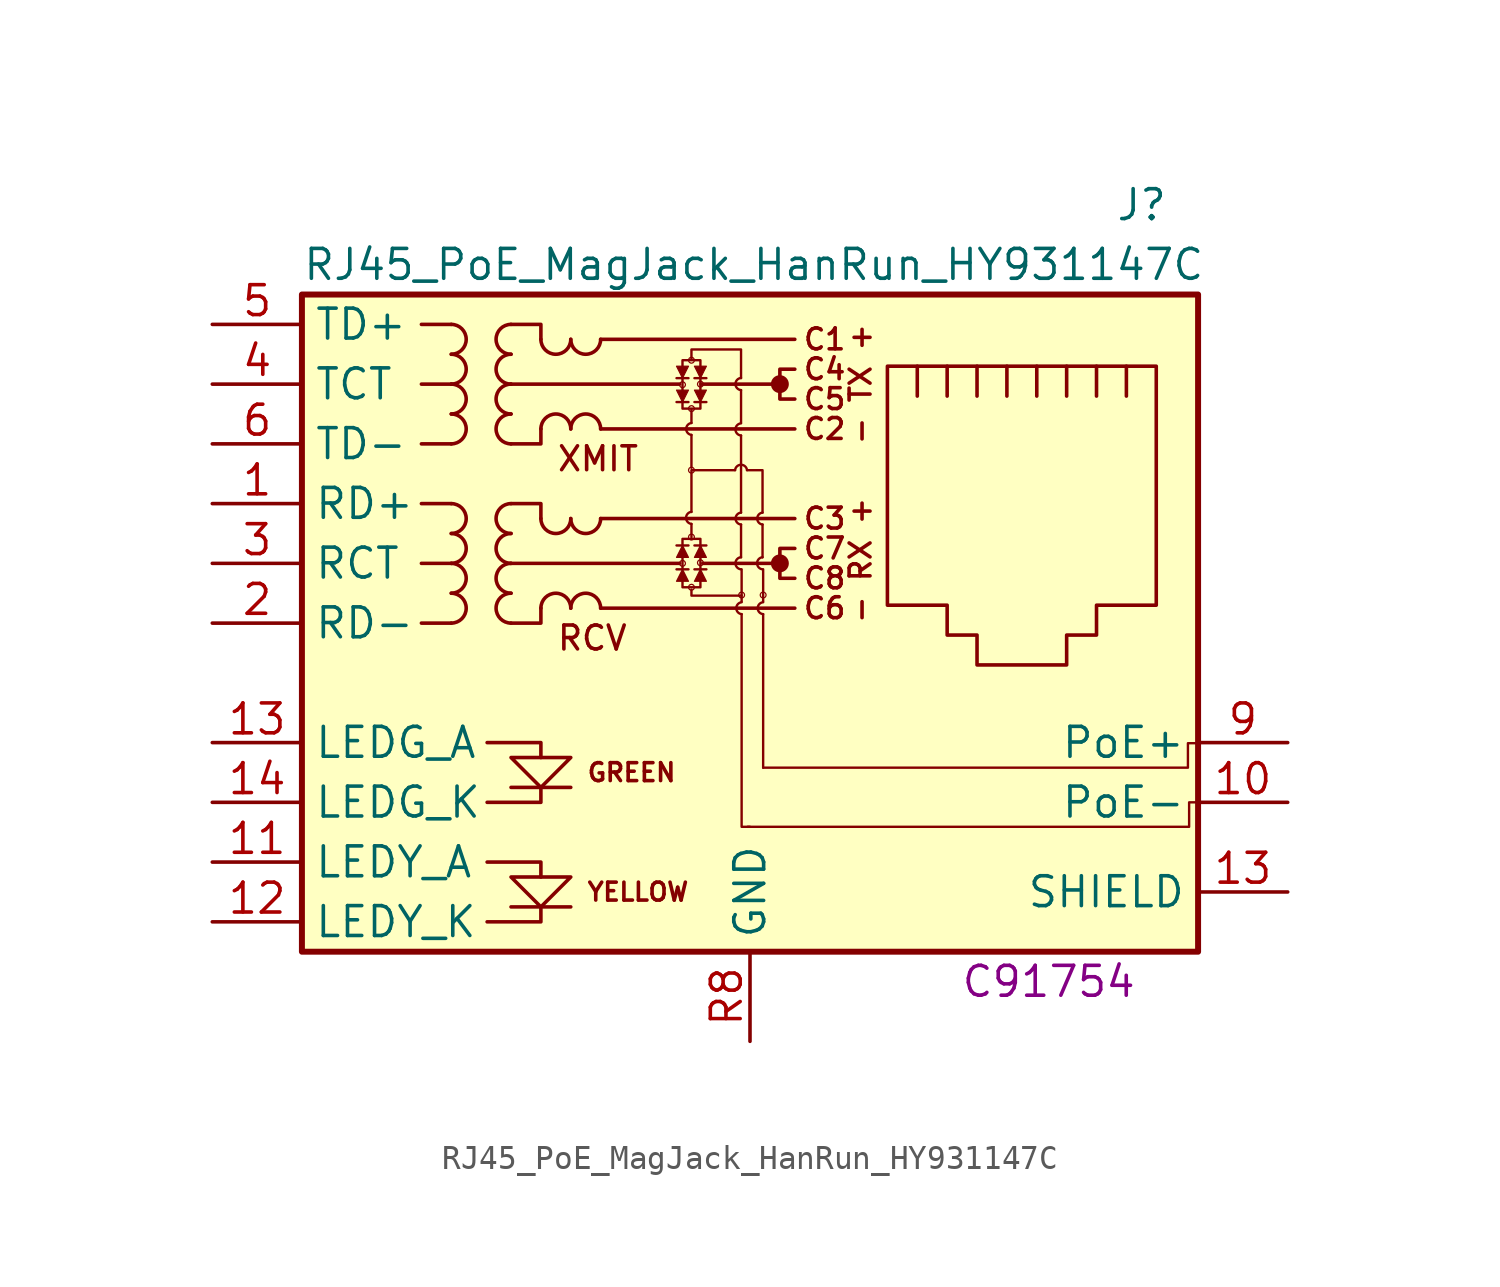
<source format=kicad_sym>
(kicad_symbol_lib
  (version 20211014)
  (generator kicad_symbol_editor)
  (symbol "RJ45_PoE_MagJack_HanRun_HY931147C"
    (property "Reference" "J"
      (at 17.78 17.78 0)
      (effects (font (size 1.27 1.27)) (justify right)))
    (property "Value" "RJ45_PoE_MagJack_HanRun_HY931147C"
      (at -19.05 15.24 0)
      (effects (font (size 1.27 1.27)) (justify left)))
    (property "lcsc" "C91754"
      (at 12.7 -15.24 0)
      (effects (font (size 1.27 1.27))))
    (symbol "RJ45_PoE_MagJack_HanRun_HY931147C_0_0"
      (arc (start -2.4892 4.7244) (mid -2.7191 4.4704) (end -2.4892 4.2164) (stroke (width 0.1016) (type default) (color 0 0 0 0)) (fill (type none)))
      (arc (start -2.4892 8.509) (mid -2.7191 8.255) (end -2.4892 8.001) (stroke (width 0.1016) (type default) (color 0 0 0 0)) (fill (type none)))
      (arc (start -0.381 2.794) (mid -0.6109 2.54) (end -0.381 2.286) (stroke (width 0.1016) (type default) (color 0 0 0 0)) (fill (type none)))
      (arc (start -0.381 4.699) (mid -0.6109 4.445) (end -0.381 4.191) (stroke (width 0.1016) (type default) (color 0 0 0 0)) (fill (type none)))
      (arc (start -0.381 8.4836) (mid -0.6109 8.2296) (end -0.381 7.9756) (stroke (width 0.1016) (type default) (color 0 0 0 0)) (fill (type none)))
      (arc (start -0.381 10.414) (mid -0.6109 10.16) (end -0.381 9.906) (stroke (width 0.1016) (type default) (color 0 0 0 0)) (fill (type none)))
      (arc (start -0.3556 0.889) (mid -0.5855 0.635) (end -0.3556 0.381) (stroke (width 0.1016) (type default) (color 0 0 0 0)) (fill (type none)))
      (arc (start -0.127 6.5024) (mid -0.381 6.7323) (end -0.635 6.5024) (stroke (width 0.1016) (type default) (color 0 0 0 0)) (fill (type none)))
      (polyline (pts (xy -7.62 -12.065) (xy -10.16 -12.065)) (stroke (width 0) (type default) (color 0 0 0 0)) (fill (type none)))
      (polyline (pts (xy -7.62 -6.985) (xy -10.16 -6.985)) (stroke (width 0) (type default) (color 0 0 0 0)) (fill (type none)))
      (polyline (pts (xy -2.489 4.216) (xy -2.489 3.658)) (stroke (width 0.102) (type default) (color 0 0 0 0)) (fill (type none)))
      (polyline (pts (xy -2.489 8.001) (xy -2.489 6.604)) (stroke (width 0.102) (type default) (color 0 0 0 0)) (fill (type none)))
      (polyline (pts (xy -0.381 4.191) (xy -0.381 2.794)) (stroke (width 0.102) (type default) (color 0 0 0 0)) (fill (type none)))
      (polyline (pts (xy -0.381 7.976) (xy -0.381 4.699)) (stroke (width 0.102) (type default) (color 0 0 0 0)) (fill (type none)))
      (polyline (pts (xy -0.381 9.906) (xy -0.381 8.509)) (stroke (width 0.102) (type default) (color 0 0 0 0)) (fill (type none)))
      (polyline (pts (xy -0.356 2.286) (xy -0.356 0.914)) (stroke (width 0.102) (type default) (color 0 0 0 0)) (fill (type none)))
      (polyline (pts (xy 0.533 4.191) (xy 0.533 2.794)) (stroke (width 0.102) (type default) (color 0 0 0 0)) (fill (type none)))
      (polyline (pts (xy 0.559 0.381) (xy 0.559 -6.147)) (stroke (width 0.102) (type default) (color 0 0 0 0)) (fill (type none)))
      (polyline (pts (xy 0.559 2.286) (xy 0.559 0.914)) (stroke (width 0.102) (type default) (color 0 0 0 0)) (fill (type none)))
      (polyline (pts (xy 1.27 2.54) (xy -2.007 2.54)) (stroke (width 0) (type default) (color 0 0 0 0)) (fill (type none)))
      (polyline (pts (xy 1.27 10.16) (xy -2.083 10.16)) (stroke (width 0) (type default) (color 0 0 0 0)) (fill (type none)))
      (polyline (pts (xy -11.176 -12.7) (xy -8.89 -12.7) (xy -8.89 -12.065)) (stroke (width 0) (type default) (color 0 0 0 0)) (fill (type none)))
      (polyline (pts (xy -11.176 -10.16) (xy -8.89 -10.16) (xy -8.89 -10.795)) (stroke (width 0) (type default) (color 0 0 0 0)) (fill (type none)))
      (polyline (pts (xy -11.176 -5.08) (xy -8.89 -5.08) (xy -8.89 -5.715)) (stroke (width 0) (type default) (color 0 0 0 0)) (fill (type none)))
      (polyline (pts (xy -8.89 -6.985) (xy -8.89 -7.62) (xy -11.176 -7.62)) (stroke (width 0) (type default) (color 0 0 0 0)) (fill (type none)))
      (polyline (pts (xy -2.489 4.724) (xy -2.489 6.452) (xy -2.489 5.258)) (stroke (width 0.102) (type default) (color 0 0 0 0)) (fill (type none)))
      (polyline (pts (xy -2.489 8.509) (xy -2.489 9.068) (xy -2.489 9.042)) (stroke (width 0.102) (type default) (color 0 0 0 0)) (fill (type none)))
      (polyline (pts (xy -0.635 6.502) (xy -2.388 6.502) (xy -2.489 6.502)) (stroke (width 0.102) (type default) (color 0 0 0 0)) (fill (type none)))
      (polyline (pts (xy -0.356 0.381) (xy -0.356 -8.661) (xy 0 -8.661)) (stroke (width 0.102) (type default) (color 0 0 0 0)) (fill (type none)))
      (polyline (pts (xy -0.127 6.502) (xy 0.533 6.502) (xy 0.533 4.699)) (stroke (width 0.102) (type default) (color 0 0 0 0)) (fill (type none)))
      (polyline (pts (xy -10.16 -5.715) (xy -7.62 -5.715) (xy -8.89 -6.985) (xy -10.16 -5.715)) (stroke (width 0) (type default) (color 0 0 0 0)) (fill (type none)))
      (polyline (pts (xy -7.62 -10.795) (xy -10.16 -10.795) (xy -8.89 -12.065) (xy -7.62 -10.795)) (stroke (width 0) (type default) (color 0 0 0 0)) (fill (type none)))
      (polyline (pts (xy -2.489 1.422) (xy -2.489 1.168) (xy -0.381 1.168) (xy -0.356 1.168)) (stroke (width 0.102) (type default) (color 0 0 0 0)) (fill (type none)))
      (polyline (pts (xy -0.381 10.414) (xy -0.381 11.633) (xy -2.489 11.633) (xy -2.489 11.201)) (stroke (width 0.102) (type default) (color 0 0 0 0)) (fill (type none)))
      (polyline (pts (xy 1.905 3.175) (xy 1.27 3.175) (xy 1.27 1.905) (xy 1.905 1.905)) (stroke (width 0) (type default) (color 0 0 0 0)) (fill (type none)))
      (polyline (pts (xy 1.905 10.795) (xy 1.27 10.795) (xy 1.27 9.525) (xy 1.905 9.525)) (stroke (width 0) (type default) (color 0 0 0 0)) (fill (type none)))
      (polyline (pts (xy 18.948 -5.105) (xy 18.618 -5.105) (xy 18.618 -5.842) (xy 18.618 -6.147) (xy 8.788 -6.147) (xy 0.559 -6.147)) (stroke (width 0.102) (type default) (color 0 0 0 0)) (fill (type none)))
      (polyline (pts (xy 18.999 -7.62) (xy 18.669 -7.62) (xy 18.669 -8.357) (xy 18.669 -8.661) (xy 8.839 -8.661) (xy -0.102 -8.661)) (stroke (width 0.102) (type default) (color 0 0 0 0)) (fill (type none)))
      (arc (start 0.5334 2.794) (mid 0.3035 2.54) (end 0.5334 2.286) (stroke (width 0.1016) (type default) (color 0 0 0 0)) (fill (type none)))
      (arc (start 0.5334 4.699) (mid 0.3035 4.445) (end 0.5334 4.191) (stroke (width 0.1016) (type default) (color 0 0 0 0)) (fill (type none)))
      (arc (start 0.5588 0.889) (mid 0.3289 0.635) (end 0.5588 0.381) (stroke (width 0.1016) (type default) (color 0 0 0 0)) (fill (type none)))
      (circle (center 1.27 2.54) (radius 0.254) (stroke (width 0.254) (type default) (color 0 0 0 0)) (fill (type outline)))
      (circle (center 1.27 10.16) (radius 0.254) (stroke (width 0.254) (type default) (color 0 0 0 0)) (fill (type outline)))
      (text "- RX +" (at 4.699 2.667 900) (effects (font (size 0.889 0.889))))
      (text "- TX +" (at 4.699 10.16 900) (effects (font (size 0.889 0.889))))
      (text "C1" (at 3.175 12.065 0) (effects (font (size 0.889 0.889))))
      (text "C2" (at 3.175 8.255 0) (effects (font (size 0.889 0.889))))
      (text "C3" (at 3.175 4.445 0) (effects (font (size 0.889 0.889))))
      (text "C4" (at 3.175 10.795 0) (effects (font (size 0.889 0.889))))
      (text "C5" (at 3.175 9.525 0) (effects (font (size 0.889 0.889))))
      (text "C6" (at 3.175 0.635 0) (effects (font (size 0.889 0.889))))
      (text "C7" (at 3.175 3.175 0) (effects (font (size 0.889 0.889))))
      (text "C8" (at 3.175 1.905 0) (effects (font (size 0.889 0.889))))
      (text "GREEN" (at -6.985 -6.35 0) (effects (font (size 0.762 0.762)) (justify left)))
      (text "RCV" (at -8.255 -0.635 0) (effects (font (size 1.016 1.016)) (justify left)))
      (text "XMIT" (at -8.255 6.985 0) (effects (font (size 1.016 1.016)) (justify left)))
      (text "YELLOW" (at -6.985 -11.43 0) (effects (font (size 0.762 0.762)) (justify left))))
    (symbol "RJ45_PoE_MagJack_HanRun_HY931147C_0_1"
      (rectangle (start -19.05 -13.97) (end 19.05 13.97) (stroke (width 0.254) (type default) (color 0 0 0 0)) (fill (type background)))
      (arc (start -12.7 0) (mid -12.065 0.635) (end -12.7 1.27) (stroke (width 0) (type default) (color 0 0 0 0)) (fill (type none)))
      (arc (start -12.7 1.27) (mid -12.065 1.905) (end -12.7 2.54) (stroke (width 0) (type default) (color 0 0 0 0)) (fill (type none)))
      (arc (start -12.7 2.54) (mid -12.065 3.175) (end -12.7 3.81) (stroke (width 0) (type default) (color 0 0 0 0)) (fill (type none)))
      (arc (start -12.7 3.81) (mid -12.065 4.445) (end -12.7 5.08) (stroke (width 0) (type default) (color 0 0 0 0)) (fill (type none)))
      (arc (start -12.7 7.62) (mid -12.065 8.255) (end -12.7 8.89) (stroke (width 0) (type default) (color 0 0 0 0)) (fill (type none)))
      (arc (start -12.7 8.89) (mid -12.065 9.525) (end -12.7 10.16) (stroke (width 0) (type default) (color 0 0 0 0)) (fill (type none)))
      (arc (start -12.7 10.16) (mid -12.065 10.795) (end -12.7 11.43) (stroke (width 0) (type default) (color 0 0 0 0)) (fill (type none)))
      (arc (start -12.7 11.43) (mid -12.065 12.065) (end -12.7 12.7) (stroke (width 0) (type default) (color 0 0 0 0)) (fill (type none)))
      (arc (start -10.16 1.27) (mid -10.795 0.635) (end -10.16 0) (stroke (width 0) (type default) (color 0 0 0 0)) (fill (type none)))
      (arc (start -10.16 2.54) (mid -10.795 1.905) (end -10.16 1.27) (stroke (width 0) (type default) (color 0 0 0 0)) (fill (type none)))
      (arc (start -10.16 3.81) (mid -10.795 3.175) (end -10.16 2.54) (stroke (width 0) (type default) (color 0 0 0 0)) (fill (type none)))
      (arc (start -10.16 5.08) (mid -10.795 4.445) (end -10.16 3.81) (stroke (width 0) (type default) (color 0 0 0 0)) (fill (type none)))
      (arc (start -10.16 8.89) (mid -10.795 8.255) (end -10.16 7.62) (stroke (width 0) (type default) (color 0 0 0 0)) (fill (type none)))
      (arc (start -10.16 10.16) (mid -10.795 9.525) (end -10.16 8.89) (stroke (width 0) (type default) (color 0 0 0 0)) (fill (type none)))
      (arc (start -10.16 11.43) (mid -10.795 10.795) (end -10.16 10.16) (stroke (width 0) (type default) (color 0 0 0 0)) (fill (type none)))
      (arc (start -10.16 12.7) (mid -10.795 12.065) (end -10.16 11.43) (stroke (width 0) (type default) (color 0 0 0 0)) (fill (type none)))
      (arc (start -8.89 4.445) (mid -8.255 3.81) (end -7.62 4.445) (stroke (width 0) (type default) (color 0 0 0 0)) (fill (type none)))
      (arc (start -8.89 12.065) (mid -8.255 11.43) (end -7.62 12.065) (stroke (width 0) (type default) (color 0 0 0 0)) (fill (type none)))
      (arc (start -7.62 0.635) (mid -8.255 1.27) (end -8.89 0.635) (stroke (width 0) (type default) (color 0 0 0 0)) (fill (type none)))
      (arc (start -7.62 4.445) (mid -6.985 3.81) (end -6.35 4.445) (stroke (width 0) (type default) (color 0 0 0 0)) (fill (type none)))
      (arc (start -7.62 8.255) (mid -8.255 8.89) (end -8.89 8.255) (stroke (width 0) (type default) (color 0 0 0 0)) (fill (type none)))
      (arc (start -7.62 12.065) (mid -6.985 11.43) (end -6.35 12.065) (stroke (width 0) (type default) (color 0 0 0 0)) (fill (type none)))
      (arc (start -6.35 0.635) (mid -6.985 1.27) (end -7.62 0.635) (stroke (width 0) (type default) (color 0 0 0 0)) (fill (type none)))
      (arc (start -6.35 8.255) (mid -6.985 8.89) (end -7.62 8.255) (stroke (width 0) (type default) (color 0 0 0 0)) (fill (type none)))
      (polyline (pts (xy -12.7 0) (xy -13.97 0)) (stroke (width 0) (type default) (color 0 0 0 0)) (fill (type none)))
      (polyline (pts (xy -12.7 2.54) (xy -13.97 2.54)) (stroke (width 0) (type default) (color 0 0 0 0)) (fill (type none)))
      (polyline (pts (xy -12.7 5.08) (xy -13.97 5.08)) (stroke (width 0) (type default) (color 0 0 0 0)) (fill (type none)))
      (polyline (pts (xy -12.7 7.62) (xy -13.97 7.62)) (stroke (width 0) (type default) (color 0 0 0 0)) (fill (type none)))
      (polyline (pts (xy -12.7 10.16) (xy -13.97 10.16)) (stroke (width 0) (type default) (color 0 0 0 0)) (fill (type none)))
      (polyline (pts (xy -12.7 12.7) (xy -13.97 12.7)) (stroke (width 0) (type default) (color 0 0 0 0)) (fill (type none)))
      (polyline (pts (xy -6.35 0.635) (xy 1.905 0.635)) (stroke (width 0) (type default) (color 0 0 0 0)) (fill (type none)))
      (polyline (pts (xy -6.35 4.445) (xy 1.905 4.445)) (stroke (width 0) (type default) (color 0 0 0 0)) (fill (type none)))
      (polyline (pts (xy -6.35 8.255) (xy 1.905 8.255)) (stroke (width 0) (type default) (color 0 0 0 0)) (fill (type none)))
      (polyline (pts (xy -6.35 12.065) (xy 1.905 12.065)) (stroke (width 0) (type default) (color 0 0 0 0)) (fill (type none)))
      (polyline (pts (xy -2.997 2.54) (xy -10.16 2.54)) (stroke (width 0) (type default) (color 0 0 0 0)) (fill (type none)))
      (polyline (pts (xy -2.997 10.16) (xy -10.16 10.16)) (stroke (width 0) (type default) (color 0 0 0 0)) (fill (type none)))
      (polyline (pts (xy 7.112 9.652) (xy 7.112 10.922)) (stroke (width 0) (type default) (color 0 0 0 0)) (fill (type none)))
      (polyline (pts (xy 8.382 10.922) (xy 8.382 9.652)) (stroke (width 0) (type default) (color 0 0 0 0)) (fill (type none)))
      (polyline (pts (xy 9.652 10.922) (xy 9.652 9.652)) (stroke (width 0) (type default) (color 0 0 0 0)) (fill (type none)))
      (polyline (pts (xy 10.922 10.922) (xy 10.922 9.652)) (stroke (width 0) (type default) (color 0 0 0 0)) (fill (type none)))
      (polyline (pts (xy 12.192 10.922) (xy 12.192 9.652)) (stroke (width 0) (type default) (color 0 0 0 0)) (fill (type none)))
      (polyline (pts (xy 13.462 10.922) (xy 13.462 9.652)) (stroke (width 0) (type default) (color 0 0 0 0)) (fill (type none)))
      (polyline (pts (xy 14.732 9.652) (xy 14.732 10.922)) (stroke (width 0) (type default) (color 0 0 0 0)) (fill (type none)))
      (polyline (pts (xy 16.002 9.652) (xy 16.002 10.922)) (stroke (width 0) (type default) (color 0 0 0 0)) (fill (type none)))
      (polyline (pts (xy -10.16 5.08) (xy -8.89 5.08) (xy -8.89 4.445)) (stroke (width 0) (type default) (color 0 0 0 0)) (fill (type none)))
      (polyline (pts (xy -10.16 12.7) (xy -8.89 12.7) (xy -8.89 12.065)) (stroke (width 0) (type default) (color 0 0 0 0)) (fill (type none)))
      (polyline (pts (xy -8.89 0.635) (xy -8.89 0) (xy -10.16 0)) (stroke (width 0) (type default) (color 0 0 0 0)) (fill (type none)))
      (polyline (pts (xy -8.89 8.255) (xy -8.89 7.62) (xy -10.16 7.62)) (stroke (width 0) (type default) (color 0 0 0 0)) (fill (type none)))
      (polyline (pts (xy 5.842 10.922) (xy 17.272 10.922) (xy 17.272 0.762) (xy 14.732 0.762) (xy 14.732 -0.508) (xy 13.462 -0.508) (xy 13.462 -1.778) (xy 9.652 -1.778) (xy 9.652 -0.508) (xy 8.382 -0.508) (xy 8.382 0.762) (xy 5.842 0.762) (xy 5.842 10.922)) (stroke (width 0) (type default) (color 0 0 0 0)) (fill (type none))))
    (symbol "RJ45_PoE_MagJack_HanRun_HY931147C_1_1"
      (circle (center -2.87 2.54) (radius 0.025) (stroke (width 0.254) (type default) (color 0 0 0 0)) (fill (type outline)))
      (circle (center -2.87 10.135) (radius 0.025) (stroke (width 0.254) (type default) (color 0 0 0 0)) (fill (type outline)))
      (circle (center -2.489 1.524) (radius 0.025) (stroke (width 0.254) (type default) (color 0 0 0 0)) (fill (type outline)))
      (circle (center -2.489 3.658) (radius 0.025) (stroke (width 0.254) (type default) (color 0 0 0 0)) (fill (type outline)))
      (circle (center -2.489 6.502) (radius 0.025) (stroke (width 0.254) (type default) (color 0 0 0 0)) (fill (type outline)))
      (circle (center -2.489 9.119) (radius 0.025) (stroke (width 0.254) (type default) (color 0 0 0 0)) (fill (type outline)))
      (circle (center -2.489 11.176) (radius 0.025) (stroke (width 0.254) (type default) (color 0 0 0 0)) (fill (type outline)))
      (circle (center -2.108 2.565) (radius 0.025) (stroke (width 0.254) (type default) (color 0 0 0 0)) (fill (type outline)))
      (circle (center -2.108 10.16) (radius 0.025) (stroke (width 0.254) (type default) (color 0 0 0 0)) (fill (type outline)))
      (circle (center -0.356 1.194) (radius 0.025) (stroke (width 0.254) (type default) (color 0 0 0 0)) (fill (type outline)))
      (polyline (pts (xy -3.124 9.398) (xy -2.616 9.398)) (stroke (width 0.102) (type default) (color 0 0 0 0)) (fill (type none)))
      (polyline (pts (xy -3.124 10.414) (xy -2.616 10.414)) (stroke (width 0.102) (type default) (color 0 0 0 0)) (fill (type none)))
      (polyline (pts (xy -2.87 2.286) (xy -2.87 2.921)) (stroke (width 0.102) (type default) (color 0 0 0 0)) (fill (type none)))
      (polyline (pts (xy -2.87 10.414) (xy -2.87 9.779)) (stroke (width 0.102) (type default) (color 0 0 0 0)) (fill (type none)))
      (polyline (pts (xy -2.616 2.286) (xy -3.124 2.286)) (stroke (width 0.102) (type default) (color 0 0 0 0)) (fill (type none)))
      (polyline (pts (xy -2.616 3.302) (xy -3.124 3.302)) (stroke (width 0.102) (type default) (color 0 0 0 0)) (fill (type none)))
      (polyline (pts (xy -2.362 9.398) (xy -1.854 9.398)) (stroke (width 0.102) (type default) (color 0 0 0 0)) (fill (type none)))
      (polyline (pts (xy -2.362 10.414) (xy -1.854 10.414)) (stroke (width 0.102) (type default) (color 0 0 0 0)) (fill (type none)))
      (polyline (pts (xy -2.108 2.286) (xy -2.108 2.921)) (stroke (width 0.102) (type default) (color 0 0 0 0)) (fill (type none)))
      (polyline (pts (xy -2.108 10.414) (xy -2.108 9.779)) (stroke (width 0.102) (type default) (color 0 0 0 0)) (fill (type none)))
      (polyline (pts (xy -1.854 2.286) (xy -2.362 2.286)) (stroke (width 0.102) (type default) (color 0 0 0 0)) (fill (type none)))
      (polyline (pts (xy -1.854 3.302) (xy -2.362 3.302)) (stroke (width 0.102) (type default) (color 0 0 0 0)) (fill (type none)))
      (polyline (pts (xy -3.124 9.906) (xy -2.616 9.906) (xy -2.87 9.398) (xy -3.124 9.906)) (stroke (width 0.051) (type default) (color 0 0 0 0)) (fill (type outline)))
      (polyline (pts (xy -3.124 10.922) (xy -2.616 10.922) (xy -2.87 10.414) (xy -3.124 10.922)) (stroke (width 0.051) (type default) (color 0 0 0 0)) (fill (type outline)))
      (polyline (pts (xy -2.87 1.854) (xy -2.87 1.524) (xy -2.108 1.524) (xy -2.108 1.803)) (stroke (width 0.102) (type default) (color 0 0 0 0)) (fill (type none)))
      (polyline (pts (xy -2.87 9.449) (xy -2.87 9.119) (xy -2.108 9.119) (xy -2.108 9.398)) (stroke (width 0.102) (type default) (color 0 0 0 0)) (fill (type none)))
      (polyline (pts (xy -2.616 1.778) (xy -3.124 1.778) (xy -2.87 2.286) (xy -2.616 1.778)) (stroke (width 0.051) (type default) (color 0 0 0 0)) (fill (type outline)))
      (polyline (pts (xy -2.616 2.794) (xy -3.124 2.794) (xy -2.87 3.302) (xy -2.616 2.794)) (stroke (width 0.051) (type default) (color 0 0 0 0)) (fill (type outline)))
      (polyline (pts (xy -2.362 9.906) (xy -1.854 9.906) (xy -2.108 9.398) (xy -2.362 9.906)) (stroke (width 0.051) (type default) (color 0 0 0 0)) (fill (type outline)))
      (polyline (pts (xy -2.362 10.922) (xy -1.854 10.922) (xy -2.108 10.414) (xy -2.362 10.922)) (stroke (width 0.051) (type default) (color 0 0 0 0)) (fill (type outline)))
      (polyline (pts (xy -2.108 3.251) (xy -2.108 3.581) (xy -2.87 3.581) (xy -2.87 3.302)) (stroke (width 0.102) (type default) (color 0 0 0 0)) (fill (type none)))
      (polyline (pts (xy -2.108 10.846) (xy -2.108 11.176) (xy -2.87 11.176) (xy -2.87 10.897)) (stroke (width 0.102) (type default) (color 0 0 0 0)) (fill (type none)))
      (polyline (pts (xy -1.854 1.778) (xy -2.362 1.778) (xy -2.108 2.286) (xy -1.854 1.778)) (stroke (width 0.051) (type default) (color 0 0 0 0)) (fill (type outline)))
      (polyline (pts (xy -1.854 2.794) (xy -2.362 2.794) (xy -2.108 3.302) (xy -1.854 2.794)) (stroke (width 0.051) (type default) (color 0 0 0 0)) (fill (type outline)))
      (circle (center 0.559 1.194) (radius 0.025) (stroke (width 0.254) (type default) (color 0 0 0 0)) (fill (type outline)))
      (pin passive line (at -22.86 5.08 0) (length 3.81) (name "RD+" (effects (font (size 1.27 1.27)))) (number "1" (effects (font (size 1.27 1.27)))))
      (pin passive line (at 22.86 -7.62 180) (length 3.81) (name "PoE-" (effects (font (size 1.27 1.27)))) (number "10" (effects (font (size 1.27 1.27)))))
      (pin passive line (at -22.86 -10.16 0) (length 3.81) (name "LEDY_A" (effects (font (size 1.27 1.27)))) (number "11" (effects (font (size 1.27 1.27)))))
      (pin passive line (at -22.86 -12.7 0) (length 3.81) (name "LEDY_K" (effects (font (size 1.27 1.27)))) (number "12" (effects (font (size 1.27 1.27)))))
      (pin passive line (at -22.86 -5.08 0) (length 3.81) (name "LEDG_A" (effects (font (size 1.27 1.27)))) (number "13" (effects (font (size 1.27 1.27)))))
      (pin passive line (at 22.86 -11.43 180) (length 3.81) (name "SHIELD" (effects (font (size 1.27 1.27)))) (number "13" (effects (font (size 1.27 1.27)))))
      (pin passive line (at -22.86 -7.62 0) (length 3.81) (name "LEDG_K" (effects (font (size 1.27 1.27)))) (number "14" (effects (font (size 1.27 1.27)))))
      (pin passive line (at -22.86 0 0) (length 3.81) (name "RD-" (effects (font (size 1.27 1.27)))) (number "2" (effects (font (size 1.27 1.27)))))
      (pin passive line (at -22.86 2.54 0) (length 3.81) (name "RCT" (effects (font (size 1.27 1.27)))) (number "3" (effects (font (size 1.27 1.27)))))
      (pin passive line (at -22.86 10.16 0) (length 3.81) (name "TCT" (effects (font (size 1.27 1.27)))) (number "4" (effects (font (size 1.27 1.27)))))
      (pin passive line (at -22.86 12.7 0) (length 3.81) (name "TD+" (effects (font (size 1.27 1.27)))) (number "5" (effects (font (size 1.27 1.27)))))
      (pin passive line (at -22.86 7.62 0) (length 3.81) (name "TD-" (effects (font (size 1.27 1.27)))) (number "6" (effects (font (size 1.27 1.27)))))
      (pin passive line (at 22.86 -5.08 180) (length 3.81) (name "PoE+" (effects (font (size 1.27 1.27)))) (number "9" (effects (font (size 1.27 1.27)))))
      (pin no_connect line (at 5.08 -5.08 0) (length 0) hide (name "NC" (effects (font (size 1.27 1.27)))) (number "R7" (effects (font (size 1.27 1.27)))))
      (pin power_in line (at 0 -17.78 90) (length 3.81) (name "GND" (effects (font (size 1.27 1.27)))) (number "R8" (effects (font (size 1.27 1.27))))))))
</source>
